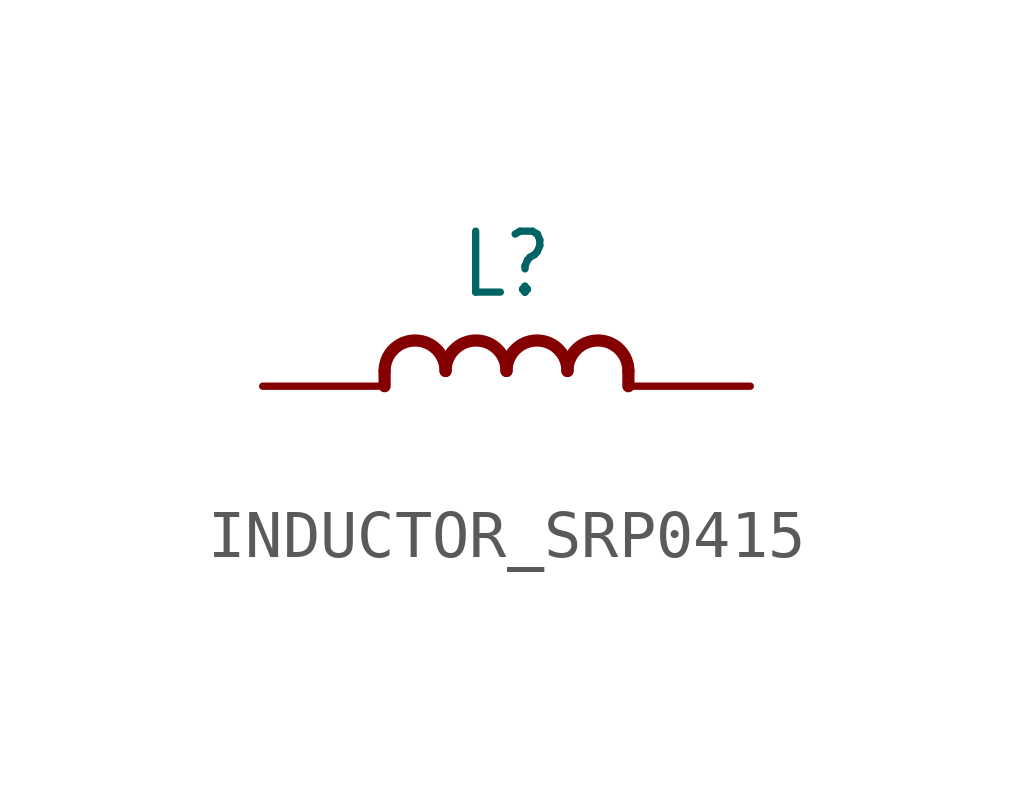
<source format=kicad_sym>
(kicad_symbol_lib
  (version 20241209)
  (generator "kicad_symbol_editor")
  (generator_version "9.0")
  (symbol "INDUCTOR_SRP0415"
    (property "Reference" "L"
      (at 0 2.54 0)
      (effects (font (size 1.27 1.079))))
    (property "Value" ""
      (at 0 -1.54 0)
      (effects (font (size 1.27 1.079))))
    (property "ki_locked" ""
      (at 0 0 0)
      (effects (font (size 1.27 1.27))))
    (symbol "INDUCTOR_SRP0415_1_0"
      (polyline (pts (xy -2.54 0.318) (xy -2.54 0)) (stroke (width 0.254) (type solid)) (fill (type none)))
      (arc (start -2.54 0.3175) (mid -1.905 0.9525) (end -1.27 0.3175) (stroke (width 0.254) (type solid)) (fill (type none)))
      (arc (start -1.27 0.3175) (mid -0.635 0.9525) (end 0 0.3175) (stroke (width 0.254) (type solid)) (fill (type none)))
      (arc (start 0 0.3175) (mid 0.635 0.9525) (end 1.27 0.3175) (stroke (width 0.254) (type solid)) (fill (type none)))
      (arc (start 1.27 0.3175) (mid 1.905 0.9525) (end 2.54 0.3175) (stroke (width 0.254) (type solid)) (fill (type none)))
      (polyline (pts (xy 2.54 0.318) (xy 2.54 0)) (stroke (width 0.254) (type solid)) (fill (type none)))
      (pin passive line (at -5.08 0 0) (length 2.54) (name "1" (effects (font (size 0 0)))) (number "P$1" (effects (font (size 0 0)))))
      (pin passive line (at 5.08 0 180) (length 2.54) (name "2" (effects (font (size 0 0)))) (number "P$2" (effects (font (size 0 0))))))))
</source>
